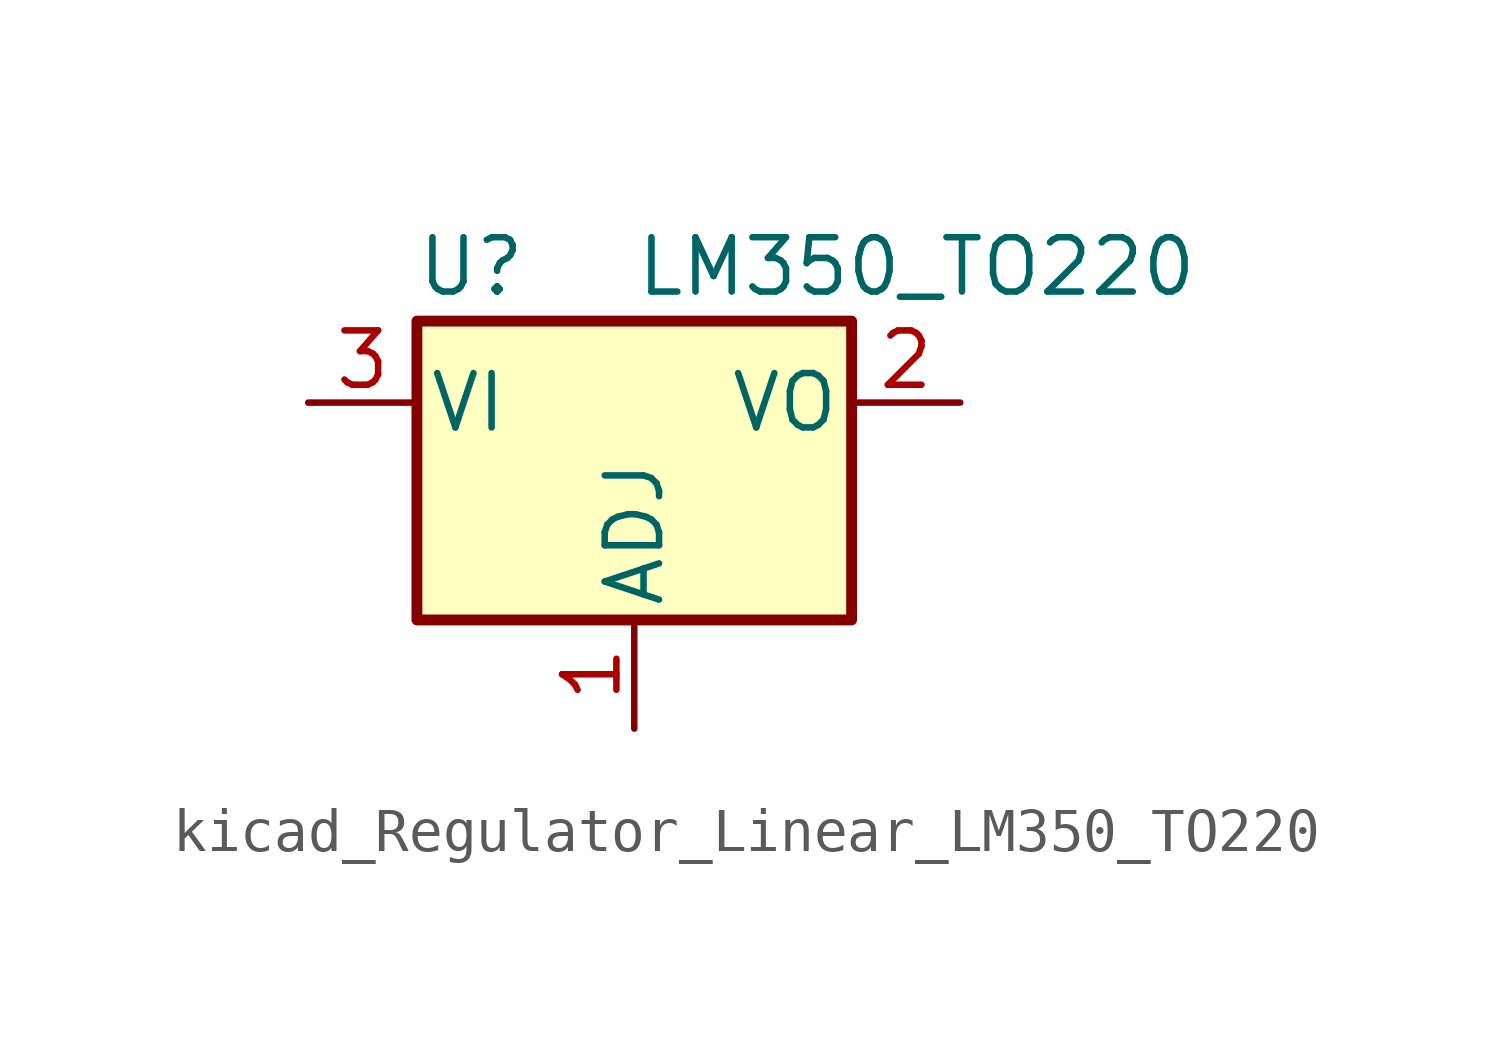
<source format=kicad_sym>
(kicad_symbol_lib
  (version 20220914)
  (generator kicad_symbol_editor)
  (symbol "kicad_Regulator_Linear_LM350_TO220"
    (pin_names
      (offset 0.254))
    (property "Reference" "U"
      (at -3.81 3.175 0)
      (effects (font (size 1.27 1.27))))
    (property "Value" "LM350_TO220"
      (at 0 3.175 0)
      (effects (font (size 1.27 1.27)) (justify left)))
    (symbol "kicad_Regulator_Linear_LM350_TO220_0_1"
      (rectangle (start -5.08 1.905) (end 5.08 -5.08) (stroke (width 0.254) (type default)) (fill (type background))))
    (symbol "kicad_Regulator_Linear_LM350_TO220_1_1"
      (pin input line (at 0 -7.62 90) (length 2.54) (name "ADJ" (effects (font (size 1.27 1.27)))) (number "1" (effects (font (size 1.27 1.27)))))
      (pin power_out line (at 7.62 0 180) (length 2.54) (name "VO" (effects (font (size 1.27 1.27)))) (number "2" (effects (font (size 1.27 1.27)))))
      (pin power_in line (at -7.62 0 0) (length 2.54) (name "VI" (effects (font (size 1.27 1.27)))) (number "3" (effects (font (size 1.27 1.27))))))))
</source>
